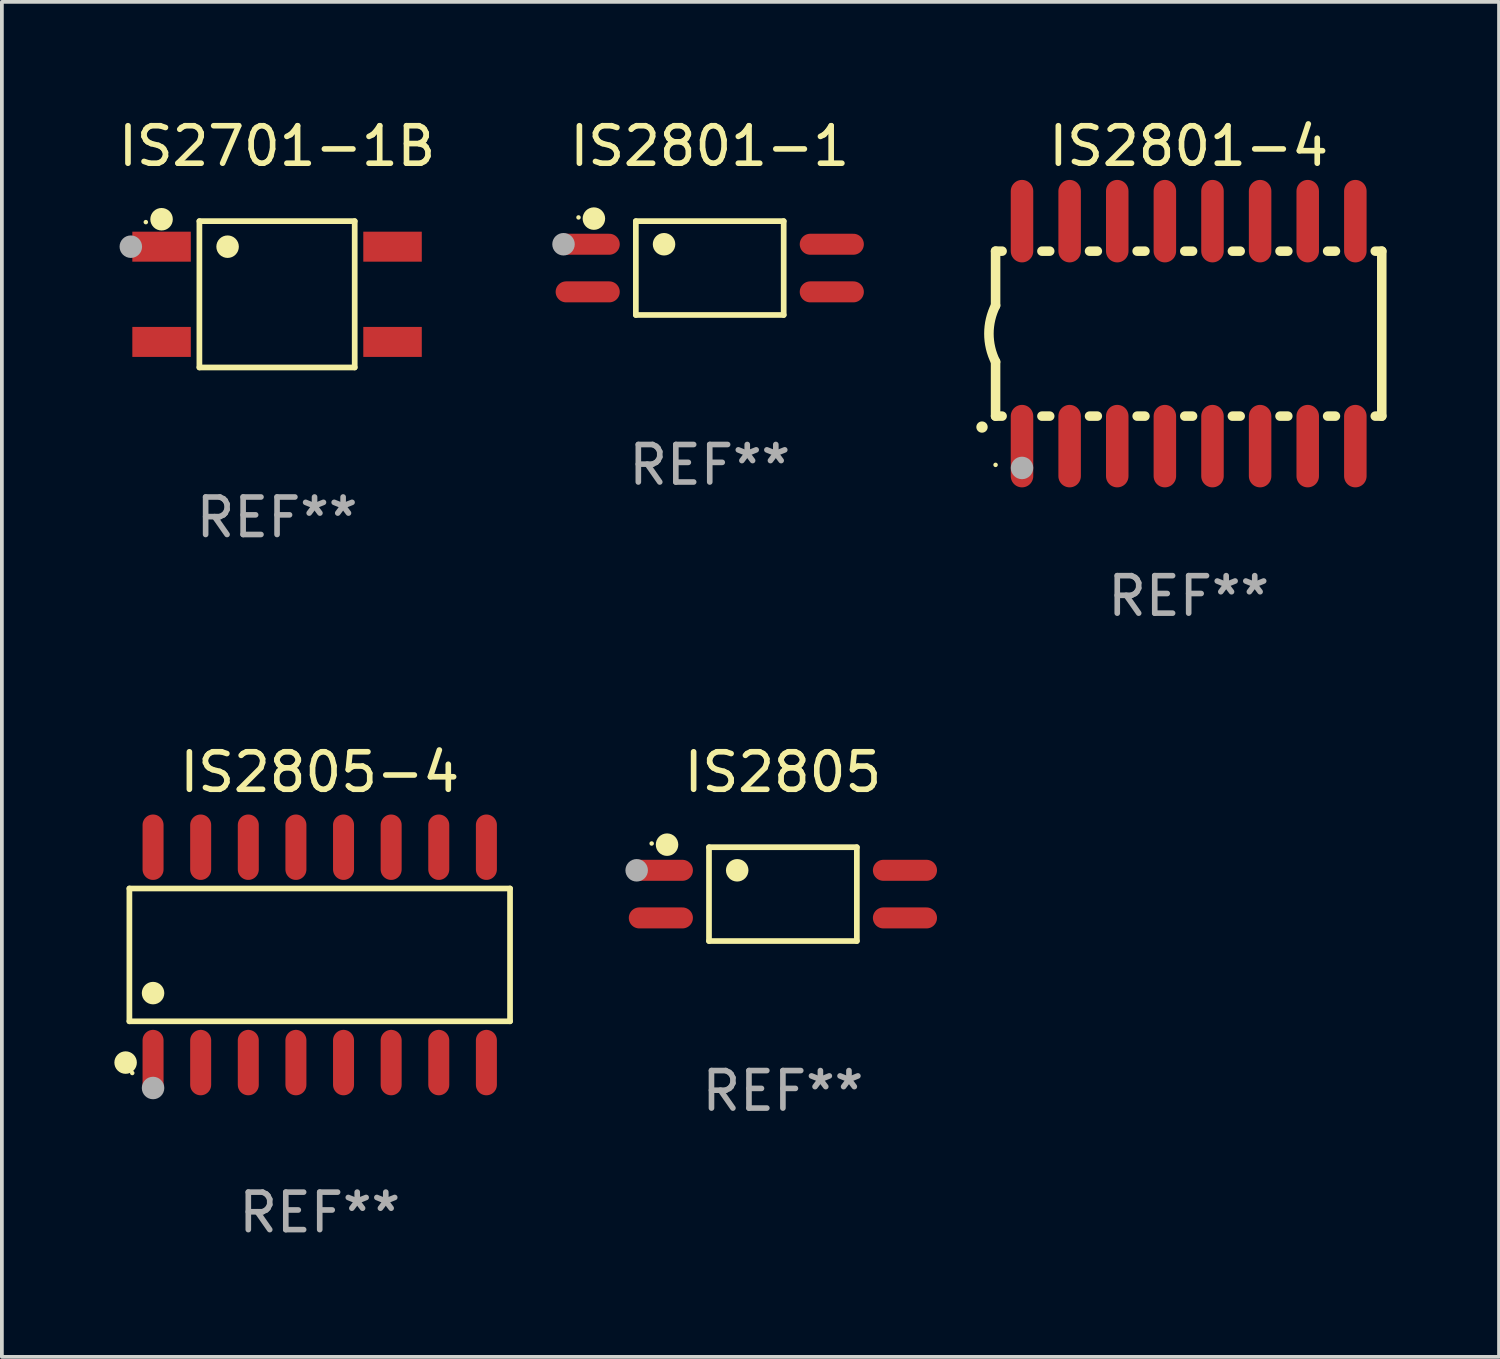
<source format=kicad_pcb>
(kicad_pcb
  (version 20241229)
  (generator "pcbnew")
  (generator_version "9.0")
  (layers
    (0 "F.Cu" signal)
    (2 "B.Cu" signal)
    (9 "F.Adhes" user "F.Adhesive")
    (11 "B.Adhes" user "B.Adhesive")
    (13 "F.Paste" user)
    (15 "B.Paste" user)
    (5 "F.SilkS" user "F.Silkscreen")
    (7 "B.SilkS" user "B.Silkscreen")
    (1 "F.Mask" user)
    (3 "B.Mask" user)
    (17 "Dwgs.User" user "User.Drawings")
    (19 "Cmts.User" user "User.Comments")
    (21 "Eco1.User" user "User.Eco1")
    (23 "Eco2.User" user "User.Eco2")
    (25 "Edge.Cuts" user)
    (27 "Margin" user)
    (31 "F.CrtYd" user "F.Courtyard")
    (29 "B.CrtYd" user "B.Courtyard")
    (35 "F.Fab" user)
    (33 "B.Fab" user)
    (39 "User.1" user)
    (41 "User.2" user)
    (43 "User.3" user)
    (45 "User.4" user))
  (footprint "IS2805-4"
    (layer "F.Cu")
    (at 5.477 22.417)
    (property "Reference" "IS2805-4" (at 0 -4.872 0) (layer "F.SilkS") (effects (font (size 1 1) (thickness 0.15))))
    (attr through_hole)
    (fp_line (start -5.076 -1.771) (end 5.076 -1.771) (stroke (width 0.152) (type solid)) (layer "F.SilkS"))
    (fp_line (start -5.076 1.771) (end -5.076 -1.771) (stroke (width 0.152) (type solid)) (layer "F.SilkS"))
    (fp_line (start 5.076 -1.771) (end 5.076 1.771) (stroke (width 0.152) (type solid)) (layer "F.SilkS"))
    (fp_line (start 5.076 1.771) (end -5.076 1.771) (stroke (width 0.152) (type solid)) (layer "F.SilkS"))
    (fp_circle (center -5.177 2.872) (end -5.027 2.872) (stroke (width 0.3) (type solid)) (fill no) (layer "F.SilkS"))
    (fp_circle (center -5 3.15) (end -4.97 3.15) (stroke (width 0.06) (type solid)) (fill no) (layer "F.SilkS"))
    (fp_circle (center -4.445 1.019) (end -4.295 1.019) (stroke (width 0.3) (type solid)) (fill no) (layer "F.SilkS"))
    (fp_circle (center -4.445 3.55) (end -4.295 3.55) (stroke (width 0.3) (type solid)) (fill no) (layer "F.Fab"))
    (fp_text user "REF**" (at 0 6.872 0) (layer "F.Fab") (effects (font (size 1 1) (thickness 0.15))))
    (pad "1" smd oval (at -4.445 2.872) (size 0.56 1.745) (layers "F.Cu" "F.Mask" "F.Paste"))
    (pad "2" smd oval (at -3.175 2.872) (size 0.56 1.745) (layers "F.Cu" "F.Mask" "F.Paste"))
    (pad "3" smd oval (at -1.905 2.872) (size 0.56 1.745) (layers "F.Cu" "F.Mask" "F.Paste"))
    (pad "4" smd oval (at -0.635 2.872) (size 0.56 1.745) (layers "F.Cu" "F.Mask" "F.Paste"))
    (pad "5" smd oval (at 0.635 2.872) (size 0.56 1.745) (layers "F.Cu" "F.Mask" "F.Paste"))
    (pad "6" smd oval (at 1.905 2.872) (size 0.56 1.745) (layers "F.Cu" "F.Mask" "F.Paste"))
    (pad "7" smd oval (at 3.175 2.872) (size 0.56 1.745) (layers "F.Cu" "F.Mask" "F.Paste"))
    (pad "8" smd oval (at 4.445 2.872) (size 0.56 1.745) (layers "F.Cu" "F.Mask" "F.Paste"))
    (pad "9" smd oval (at 4.445 -2.872) (size 0.56 1.745) (layers "F.Cu" "F.Mask" "F.Paste"))
    (pad "10" smd oval (at 3.175 -2.872) (size 0.56 1.745) (layers "F.Cu" "F.Mask" "F.Paste"))
    (pad "11" smd oval (at 1.905 -2.872) (size 0.56 1.745) (layers "F.Cu" "F.Mask" "F.Paste"))
    (pad "12" smd oval (at 0.635 -2.872) (size 0.56 1.745) (layers "F.Cu" "F.Mask" "F.Paste"))
    (pad "13" smd oval (at -0.635 -2.872) (size 0.56 1.745) (layers "F.Cu" "F.Mask" "F.Paste"))
    (pad "14" smd oval (at -1.905 -2.872) (size 0.56 1.745) (layers "F.Cu" "F.Mask" "F.Paste"))
    (pad "15" smd oval (at -3.175 -2.872) (size 0.56 1.745) (layers "F.Cu" "F.Mask" "F.Paste"))
    (pad "16" smd oval (at -4.445 -2.872) (size 0.56 1.745) (layers "F.Cu" "F.Mask" "F.Paste")))
  (footprint "IS2801-1"
    (layer "F.Cu")
    (at 15.879 4.099)
    (property "Reference" "IS2801-1" (at 0 -3.251 0) (layer "F.SilkS") (effects (font (size 1 1) (thickness 0.15))))
    (attr through_hole)
    (fp_line (start -1.971 -1.251) (end 1.972 -1.251) (stroke (width 0.152) (type solid)) (layer "F.SilkS"))
    (fp_line (start -1.971 1.251) (end -1.971 -1.251) (stroke (width 0.152) (type solid)) (layer "F.SilkS"))
    (fp_line (start 1.972 -1.251) (end 1.972 1.251) (stroke (width 0.152) (type solid)) (layer "F.SilkS"))
    (fp_line (start 1.972 1.251) (end -1.971 1.251) (stroke (width 0.152) (type solid)) (layer "F.SilkS"))
    (fp_circle (center -3.5 -1.35) (end -3.47 -1.35) (stroke (width 0.06) (type solid)) (fill no) (layer "F.SilkS"))
    (fp_circle (center -3.09 -1.319) (end -2.94 -1.319) (stroke (width 0.3) (type solid)) (fill no) (layer "F.SilkS"))
    (fp_circle (center -1.219 -0.635) (end -1.069 -0.635) (stroke (width 0.3) (type solid)) (fill no) (layer "F.SilkS"))
    (fp_circle (center -3.9 -0.635) (end -3.75 -0.635) (stroke (width 0.3) (type solid)) (fill no) (layer "F.Fab"))
    (fp_text user "REF**" (at 0 5.251 0) (layer "F.Fab") (effects (font (size 1 1) (thickness 0.15))))
    (pad "1" smd oval (at -3.255 -0.635 270) (size 0.56 1.71) (layers "F.Cu" "F.Mask" "F.Paste"))
    (pad "2" smd oval (at -3.255 0.635 270) (size 0.56 1.71) (layers "F.Cu" "F.Mask" "F.Paste"))
    (pad "3" smd oval (at 3.255 0.635 270) (size 0.56 1.71) (layers "F.Cu" "F.Mask" "F.Paste"))
    (pad "4" smd oval (at 3.255 -0.635 270) (size 0.56 1.71) (layers "F.Cu" "F.Mask" "F.Paste")))
  (footprint "IS2801-4"
    (layer "F.Cu")
    (at 28.652 5.848)
    (property "Reference" "IS2801-4" (at 0 -5 0) (layer "F.SilkS") (effects (font (size 1 1) (thickness 0.15))))
    (attr through_hole)
    (fp_line (start -5.15 -2.2) (end -5.15 -0.75) (stroke (width 0.254) (type solid)) (layer "F.SilkS"))
    (fp_line (start -5.15 -2.2) (end -4.976 -2.2) (stroke (width 0.254) (type solid)) (layer "F.SilkS"))
    (fp_line (start -5.15 2.2) (end -5.15 0.75) (stroke (width 0.254) (type solid)) (layer "F.SilkS"))
    (fp_line (start -5.15 2.2) (end -4.976 2.2) (stroke (width 0.254) (type solid)) (layer "F.SilkS"))
    (fp_line (start -3.914 -2.2) (end -3.706 -2.2) (stroke (width 0.254) (type solid)) (layer "F.SilkS"))
    (fp_line (start -3.914 2.2) (end -3.706 2.2) (stroke (width 0.254) (type solid)) (layer "F.SilkS"))
    (fp_line (start -2.644 -2.2) (end -2.436 -2.2) (stroke (width 0.254) (type solid)) (layer "F.SilkS"))
    (fp_line (start -2.644 2.2) (end -2.436 2.2) (stroke (width 0.254) (type solid)) (layer "F.SilkS"))
    (fp_line (start -1.374 -2.2) (end -1.166 -2.2) (stroke (width 0.254) (type solid)) (layer "F.SilkS"))
    (fp_line (start -1.374 2.2) (end -1.166 2.2) (stroke (width 0.254) (type solid)) (layer "F.SilkS"))
    (fp_line (start -0.104 -2.2) (end 0.104 -2.2) (stroke (width 0.254) (type solid)) (layer "F.SilkS"))
    (fp_line (start -0.104 2.2) (end 0.104 2.2) (stroke (width 0.254) (type solid)) (layer "F.SilkS"))
    (fp_line (start 1.166 -2.2) (end 1.374 -2.2) (stroke (width 0.254) (type solid)) (layer "F.SilkS"))
    (fp_line (start 1.166 2.2) (end 1.374 2.2) (stroke (width 0.254) (type solid)) (layer "F.SilkS"))
    (fp_line (start 2.436 -2.2) (end 2.644 -2.2) (stroke (width 0.254) (type solid)) (layer "F.SilkS"))
    (fp_line (start 2.436 2.2) (end 2.644 2.2) (stroke (width 0.254) (type solid)) (layer "F.SilkS"))
    (fp_line (start 3.706 -2.2) (end 3.914 -2.2) (stroke (width 0.254) (type solid)) (layer "F.SilkS"))
    (fp_line (start 3.706 2.2) (end 3.914 2.2) (stroke (width 0.254) (type solid)) (layer "F.SilkS"))
    (fp_line (start 4.976 -2.2) (end 5.15 -2.2) (stroke (width 0.254) (type solid)) (layer "F.SilkS"))
    (fp_line (start 4.976 2.2) (end 5.15 2.2) (stroke (width 0.254) (type solid)) (layer "F.SilkS"))
    (fp_line (start 5.15 2.2) (end 5.15 -2.2) (stroke (width 0.254) (type solid)) (layer "F.SilkS"))
    (fp_arc (start -5.513081 2.491618) (mid -5.511811 2.491613) (end -5.510541 2.491618) (stroke (width 0.3) (type solid)) (layer "F.SilkS"))
    (fp_arc (start -5.15047 0.751207) (mid -5.327506 0.000556) (end -5.150013 -0.749987) (stroke (width 0.254001) (type solid)) (layer "F.SilkS"))
    (fp_circle (center -5.15 3.5) (end -5.12 3.5) (stroke (width 0.06) (type solid)) (fill no) (layer "F.SilkS"))
    (fp_circle (center -4.445 3.582) (end -4.295 3.582) (stroke (width 0.3) (type solid)) (fill no) (layer "F.Fab"))
    (fp_text user "REF**" (at 0 7 0) (layer "F.Fab") (effects (font (size 1 1) (thickness 0.15))))
    (pad "1" smd oval (at -4.445 3 180) (size 0.6 2.2) (layers "F.Cu" "F.Mask" "F.Paste"))
    (pad "2" smd oval (at -3.175 3 180) (size 0.6 2.2) (layers "F.Cu" "F.Mask" "F.Paste"))
    (pad "3" smd oval (at -1.905 3 180) (size 0.6 2.2) (layers "F.Cu" "F.Mask" "F.Paste"))
    (pad "4" smd oval (at -0.635 3 180) (size 0.6 2.2) (layers "F.Cu" "F.Mask" "F.Paste"))
    (pad "5" smd oval (at 0.635 3 180) (size 0.6 2.2) (layers "F.Cu" "F.Mask" "F.Paste"))
    (pad "6" smd oval (at 1.905 3 180) (size 0.6 2.2) (layers "F.Cu" "F.Mask" "F.Paste"))
    (pad "7" smd oval (at 3.175 3 180) (size 0.6 2.2) (layers "F.Cu" "F.Mask" "F.Paste"))
    (pad "8" smd oval (at 4.445 3 180) (size 0.6 2.2) (layers "F.Cu" "F.Mask" "F.Paste"))
    (pad "9" smd oval (at 4.445 -3 180) (size 0.6 2.2) (layers "F.Cu" "F.Mask" "F.Paste"))
    (pad "10" smd oval (at 3.175 -3 180) (size 0.6 2.2) (layers "F.Cu" "F.Mask" "F.Paste"))
    (pad "11" smd oval (at 1.905 -3 180) (size 0.6 2.2) (layers "F.Cu" "F.Mask" "F.Paste"))
    (pad "12" smd oval (at 0.635 -3 180) (size 0.6 2.2) (layers "F.Cu" "F.Mask" "F.Paste"))
    (pad "13" smd oval (at -0.635 -3 180) (size 0.6 2.2) (layers "F.Cu" "F.Mask" "F.Paste"))
    (pad "14" smd oval (at -1.905 -3 180) (size 0.6 2.2) (layers "F.Cu" "F.Mask" "F.Paste"))
    (pad "15" smd oval (at -3.175 -3 180) (size 0.6 2.2) (layers "F.Cu" "F.Mask" "F.Paste"))
    (pad "16" smd oval (at -4.445 -3 180) (size 0.6 2.2) (layers "F.Cu" "F.Mask" "F.Paste")))
  (footprint "IS2701-1B"
    (layer "F.Cu")
    (at 4.339 4.799)
    (property "Reference" "IS2701-1B" (at 0 -3.951 0) (layer "F.SilkS") (effects (font (size 1 1) (thickness 0.15))))
    (attr through_hole)
    (fp_line (start -2.071 -1.951) (end 2.071 -1.951) (stroke (width 0.152) (type solid)) (layer "F.SilkS"))
    (fp_line (start -2.071 1.951) (end -2.071 -1.951) (stroke (width 0.152) (type solid)) (layer "F.SilkS"))
    (fp_line (start 2.071 -1.951) (end 2.071 1.951) (stroke (width 0.152) (type solid)) (layer "F.SilkS"))
    (fp_line (start 2.071 1.951) (end -2.071 1.951) (stroke (width 0.152) (type solid)) (layer "F.SilkS"))
    (fp_circle (center -3.5 -1.925) (end -3.47 -1.925) (stroke (width 0.06) (type solid)) (fill no) (layer "F.SilkS"))
    (fp_circle (center -3.08 -2.002) (end -2.93 -2.002) (stroke (width 0.3) (type solid)) (fill no) (layer "F.SilkS"))
    (fp_circle (center -1.319 -1.27) (end -1.169 -1.27) (stroke (width 0.3) (type solid)) (fill no) (layer "F.SilkS"))
    (fp_circle (center -3.9 -1.27) (end -3.75 -1.27) (stroke (width 0.3) (type solid)) (fill no) (layer "F.Fab"))
    (fp_text user "REF**" (at 0 5.951 0) (layer "F.Fab") (effects (font (size 1 1) (thickness 0.15))))
    (pad "1" smd rect (at -3.08 -1.27) (size 1.56 0.8) (layers "F.Cu" "F.Mask" "F.Paste"))
    (pad "2" smd rect (at -3.08 1.27) (size 1.56 0.8) (layers "F.Cu" "F.Mask" "F.Paste"))
    (pad "3" smd rect (at 3.08 1.27) (size 1.56 0.8) (layers "F.Cu" "F.Mask" "F.Paste"))
    (pad "4" smd rect (at 3.08 -1.27) (size 1.56 0.8) (layers "F.Cu" "F.Mask" "F.Paste")))
  (footprint "IS2805"
    (layer "F.Cu")
    (at 17.83 20.796)
    (property "Reference" "IS2805" (at 0 -3.251 0) (layer "F.SilkS") (effects (font (size 1 1) (thickness 0.15))))
    (attr through_hole)
    (fp_line (start -1.971 -1.251) (end 1.972 -1.251) (stroke (width 0.152) (type solid)) (layer "F.SilkS"))
    (fp_line (start -1.971 1.251) (end -1.971 -1.251) (stroke (width 0.152) (type solid)) (layer "F.SilkS"))
    (fp_line (start 1.972 -1.251) (end 1.972 1.251) (stroke (width 0.152) (type solid)) (layer "F.SilkS"))
    (fp_line (start 1.972 1.251) (end -1.971 1.251) (stroke (width 0.152) (type solid)) (layer "F.SilkS"))
    (fp_circle (center -3.5 -1.35) (end -3.47 -1.35) (stroke (width 0.06) (type solid)) (fill no) (layer "F.SilkS"))
    (fp_circle (center -3.09 -1.319) (end -2.94 -1.319) (stroke (width 0.3) (type solid)) (fill no) (layer "F.SilkS"))
    (fp_circle (center -1.219 -0.635) (end -1.069 -0.635) (stroke (width 0.3) (type solid)) (fill no) (layer "F.SilkS"))
    (fp_circle (center -3.9 -0.635) (end -3.75 -0.635) (stroke (width 0.3) (type solid)) (fill no) (layer "F.Fab"))
    (fp_text user "REF**" (at 0 5.251 0) (layer "F.Fab") (effects (font (size 1 1) (thickness 0.15))))
    (pad "1" smd oval (at -3.255 -0.635 270) (size 0.56 1.71) (layers "F.Cu" "F.Mask" "F.Paste"))
    (pad "2" smd oval (at -3.255 0.635 270) (size 0.56 1.71) (layers "F.Cu" "F.Mask" "F.Paste"))
    (pad "3" smd oval (at 3.255 0.635 270) (size 0.56 1.71) (layers "F.Cu" "F.Mask" "F.Paste"))
    (pad "4" smd oval (at 3.255 -0.635 270) (size 0.56 1.71) (layers "F.Cu" "F.Mask" "F.Paste")))
  (gr_rect
    (start -3 -3)
    (end 36.929 33.138)
    (stroke (width 0.1) (type default))
    (fill no)
    (layer "Edge.Cuts")))
</source>
